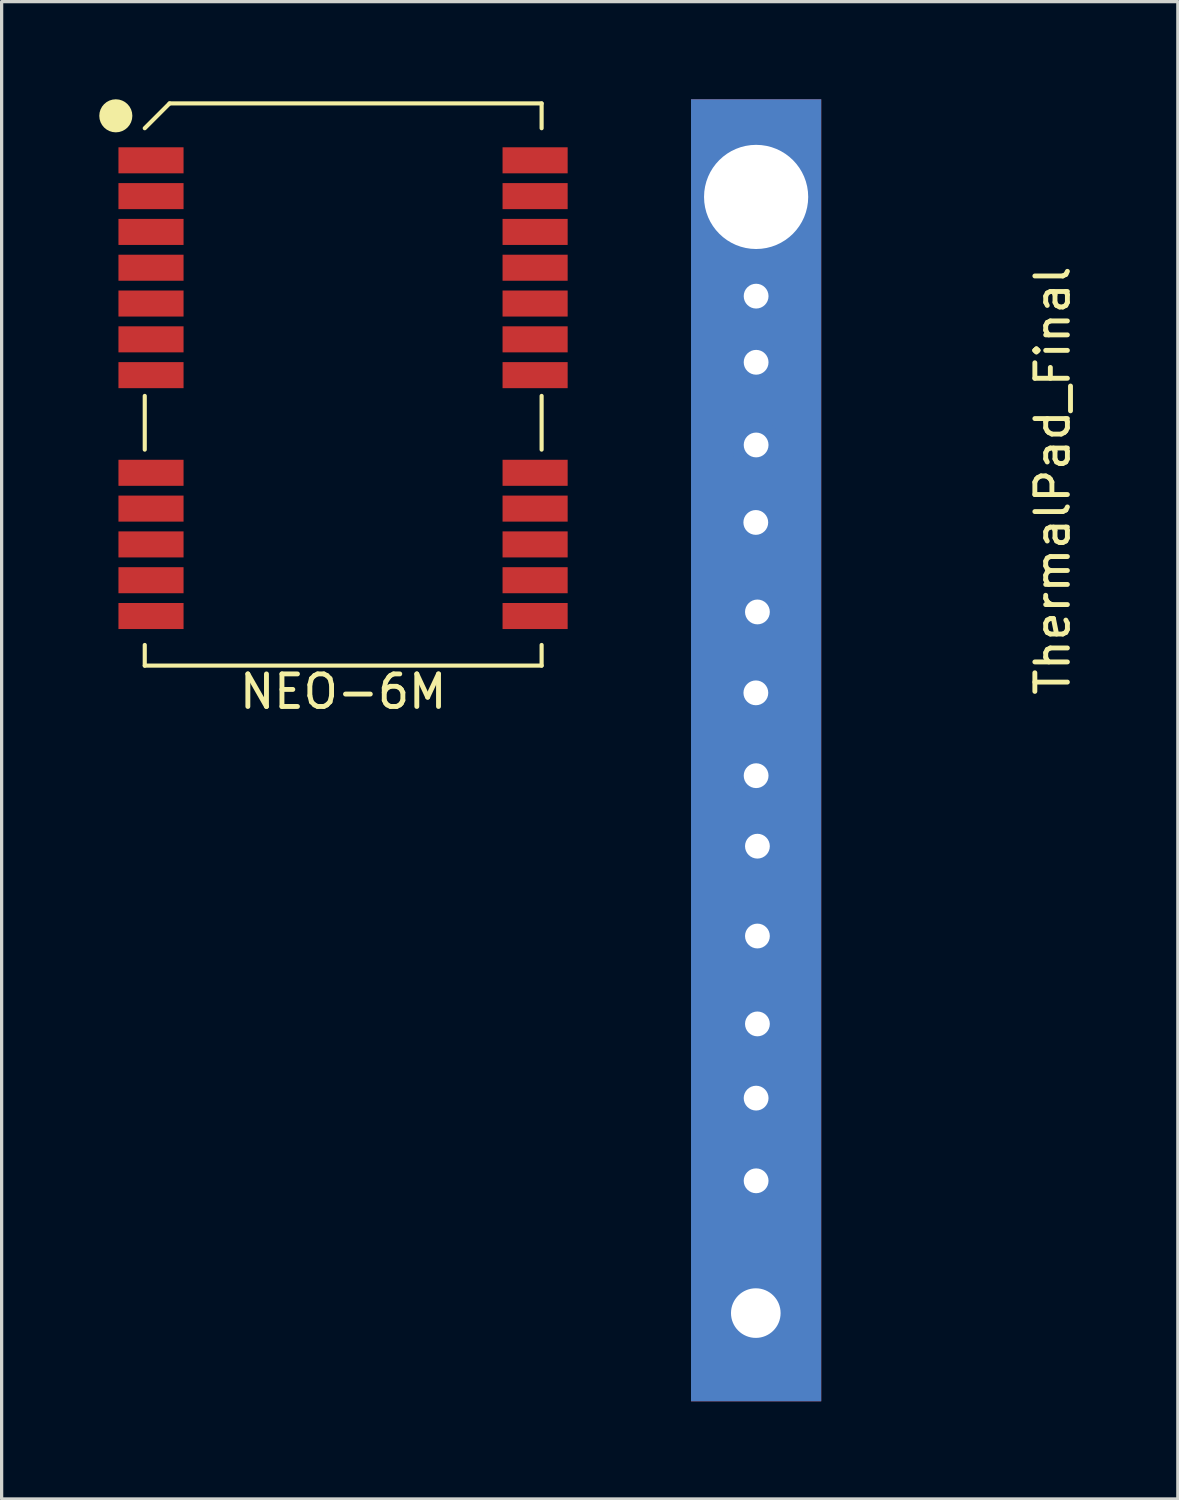
<source format=kicad_pcb>
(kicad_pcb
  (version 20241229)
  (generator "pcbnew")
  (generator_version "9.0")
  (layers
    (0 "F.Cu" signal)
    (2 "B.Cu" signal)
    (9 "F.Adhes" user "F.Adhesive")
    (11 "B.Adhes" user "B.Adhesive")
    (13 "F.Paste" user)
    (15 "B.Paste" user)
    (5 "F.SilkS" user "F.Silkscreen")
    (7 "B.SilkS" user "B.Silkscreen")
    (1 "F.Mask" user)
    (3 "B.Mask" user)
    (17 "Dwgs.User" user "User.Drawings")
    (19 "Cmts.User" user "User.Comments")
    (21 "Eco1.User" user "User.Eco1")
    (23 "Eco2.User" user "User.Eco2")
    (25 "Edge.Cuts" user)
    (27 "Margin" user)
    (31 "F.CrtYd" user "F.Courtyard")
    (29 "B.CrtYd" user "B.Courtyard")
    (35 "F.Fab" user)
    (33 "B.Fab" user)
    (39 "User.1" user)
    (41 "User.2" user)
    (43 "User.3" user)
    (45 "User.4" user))
  (footprint "NEO-6M"
    (layer "F.Cu")
    (at 7.493 8.763)
    (property "Reference" "NEO-6M" (at 0 9.436 0) (layer "F.SilkS") (effects (font (size 1 1) (thickness 0.15))))
    (attr smd)
    (fp_line (start -6.096 2) (end -6.096 0.35) (stroke (width 0.127) (type solid)) (layer "F.SilkS"))
    (fp_line (start -6.096 8.636) (end -6.096 8.001) (stroke (width 0.127) (type solid)) (layer "F.SilkS"))
    (fp_line (start -5.334 -8.636) (end -6.096 -7.874) (stroke (width 0.127) (type solid)) (layer "F.SilkS"))
    (fp_line (start 6.096 -8.636) (end -5.334 -8.636) (stroke (width 0.127) (type solid)) (layer "F.SilkS"))
    (fp_line (start 6.096 -7.874) (end 6.096 -8.636) (stroke (width 0.127) (type solid)) (layer "F.SilkS"))
    (fp_line (start 6.096 2) (end 6.096 0.35) (stroke (width 0.127) (type solid)) (layer "F.SilkS"))
    (fp_line (start 6.096 8.001) (end 6.096 8.636) (stroke (width 0.127) (type solid)) (layer "F.SilkS"))
    (fp_line (start 6.096 8.636) (end -6.096 8.636) (stroke (width 0.127) (type solid)) (layer "F.SilkS"))
    (fp_circle (center -6.985 -8.255) (end -6.731 -8.255) (stroke (width 0.508) (type solid)) (fill no) (layer "F.SilkS"))
    (pad "1" smd rect (at -5.904 -6.888 180) (size 2 0.8) (layers "F.Cu" "F.Mask" "F.Paste"))
    (pad "2" smd rect (at -5.904 -5.788 180) (size 2 0.8) (layers "F.Cu" "F.Mask" "F.Paste"))
    (pad "3" smd rect (at -5.904 -4.688 180) (size 2 0.8) (layers "F.Cu" "F.Mask" "F.Paste"))
    (pad "4" smd rect (at -5.904 -3.588 180) (size 2 0.8) (layers "F.Cu" "F.Mask" "F.Paste"))
    (pad "5" smd rect (at -5.904 -2.488 180) (size 2 0.8) (layers "F.Cu" "F.Mask" "F.Paste"))
    (pad "6" smd rect (at -5.904 -1.388 180) (size 2 0.8) (layers "F.Cu" "F.Mask" "F.Paste"))
    (pad "7" smd rect (at -5.904 -0.288 180) (size 2 0.8) (layers "F.Cu" "F.Mask" "F.Paste"))
    (pad "8" smd rect (at -5.904 2.712 180) (size 2 0.8) (layers "F.Cu" "F.Mask" "F.Paste"))
    (pad "9" smd rect (at -5.904 3.812 180) (size 2 0.8) (layers "F.Cu" "F.Mask" "F.Paste"))
    (pad "10" smd rect (at -5.904 4.912 180) (size 2 0.8) (layers "F.Cu" "F.Mask" "F.Paste"))
    (pad "11" smd rect (at -5.904 6.012 180) (size 2 0.8) (layers "F.Cu" "F.Mask" "F.Paste"))
    (pad "12" smd rect (at -5.904 7.112 180) (size 2 0.8) (layers "F.Cu" "F.Mask" "F.Paste"))
    (pad "13" smd rect (at 5.896 7.112 180) (size 2 0.8) (layers "F.Cu" "F.Mask" "F.Paste"))
    (pad "14" smd rect (at 5.896 6.012 180) (size 2 0.8) (layers "F.Cu" "F.Mask" "F.Paste"))
    (pad "15" smd rect (at 5.896 4.912 180) (size 2 0.8) (layers "F.Cu" "F.Mask" "F.Paste"))
    (pad "16" smd rect (at 5.896 3.812 180) (size 2 0.8) (layers "F.Cu" "F.Mask" "F.Paste"))
    (pad "17" smd rect (at 5.896 2.712 180) (size 2 0.8) (layers "F.Cu" "F.Mask" "F.Paste"))
    (pad "18" smd rect (at 5.896 -0.288 180) (size 2 0.8) (layers "F.Cu" "F.Mask" "F.Paste"))
    (pad "19" smd rect (at 5.896 -1.388 180) (size 2 0.8) (layers "F.Cu" "F.Mask" "F.Paste"))
    (pad "20" smd rect (at 5.896 -2.488 180) (size 2 0.8) (layers "F.Cu" "F.Mask" "F.Paste"))
    (pad "21" smd rect (at 5.896 -3.588 180) (size 2 0.8) (layers "F.Cu" "F.Mask" "F.Paste"))
    (pad "22" smd rect (at 5.896 -4.688 180) (size 2 0.8) (layers "F.Cu" "F.Mask" "F.Paste"))
    (pad "23" smd rect (at 5.896 -5.788 180) (size 2 0.8) (layers "F.Cu" "F.Mask" "F.Paste"))
    (pad "24" smd rect (at 5.896 -6.888 180) (size 2 0.8) (layers "F.Cu" "F.Mask" "F.Paste")))
  (footprint "ThermalPad_Final"
    (layer "F.Cu")
    (at 17.639 3)
    (property "Reference" "ThermalPad_Final" (at 11.648 8.714 90) (layer "F.SilkS") (effects (font (size 1 1) (thickness 0.15))))
    (attr through_hole)
    (pad "1" thru_hole circle (at 2.53 10) (size 1.524 1.524) (drill 0.762) (layers "*.Cu" "*.Mask"))
    (pad "1" thru_hole circle (at 2.53 34.29) (size 1.524 1.524) (drill 3.2) (layers "*.Cu" "*.Mask"))
    (pad "1" thru_hole circle (at 2.532 15.235) (size 1.524 1.524) (drill 0.762) (layers "*.Cu" "*.Mask"))
    (pad "1" thru_hole rect (at 2.54 0) (size 4 40) (drill 3.2 (offset 0 17)) (layers "*.Cu" "*.Mask"))
    (pad "1" thru_hole circle (at 2.54 3.048) (size 1.524 1.524) (drill 0.762) (layers "*.Cu" "*.Mask"))
    (pad "1" thru_hole circle (at 2.54 5.08) (size 1.524 1.524) (drill 0.762) (layers "*.Cu" "*.Mask"))
    (pad "1" thru_hole circle (at 2.54 7.62) (size 1.524 1.524) (drill 0.762) (layers "*.Cu" "*.Mask"))
    (pad "1" thru_hole circle (at 2.54 17.78) (size 1.524 1.524) (drill 0.762) (layers "*.Cu" "*.Mask"))
    (pad "1" thru_hole circle (at 2.54 27.686) (size 1.524 1.524) (drill 0.762) (layers "*.Cu" "*.Mask"))
    (pad "1" thru_hole circle (at 2.54 30.226) (size 1.524 1.524) (drill 0.762) (layers "*.Cu" "*.Mask"))
    (pad "1" thru_hole circle (at 2.58 12.75) (size 1.524 1.524) (drill 0.762) (layers "*.Cu" "*.Mask"))
    (pad "1" thru_hole circle (at 2.58 19.946) (size 1.524 1.524) (drill 0.762) (layers "*.Cu" "*.Mask"))
    (pad "1" thru_hole circle (at 2.58 22.706) (size 1.524 1.524) (drill 0.762) (layers "*.Cu" "*.Mask"))
    (pad "1" thru_hole circle (at 2.58 25.406) (size 1.524 1.524) (drill 0.762) (layers "*.Cu" "*.Mask")))
  (gr_rect
    (start -3 -3)
    (end 33.135 43)
    (stroke (width 0.1) (type default))
    (fill no)
    (layer "Edge.Cuts")))
</source>
